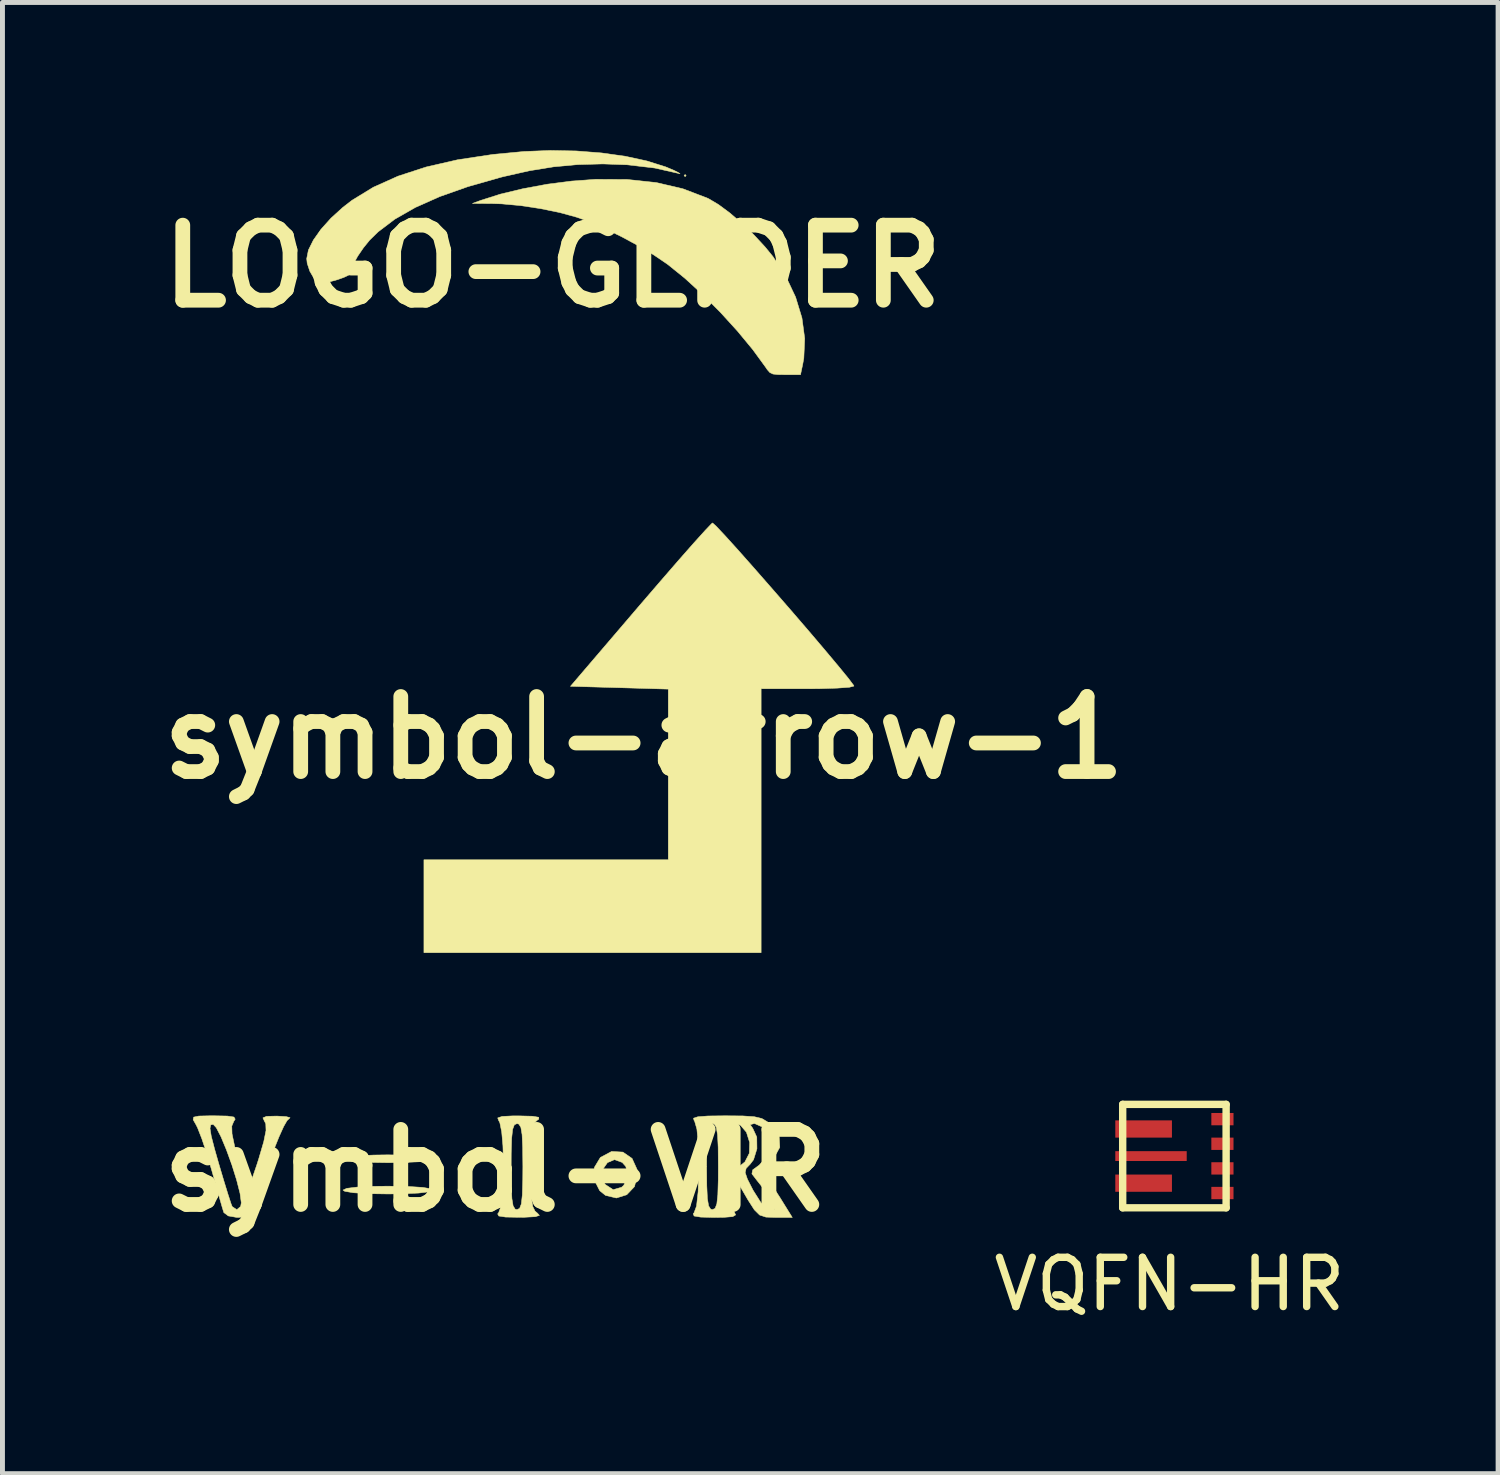
<source format=kicad_pcb>
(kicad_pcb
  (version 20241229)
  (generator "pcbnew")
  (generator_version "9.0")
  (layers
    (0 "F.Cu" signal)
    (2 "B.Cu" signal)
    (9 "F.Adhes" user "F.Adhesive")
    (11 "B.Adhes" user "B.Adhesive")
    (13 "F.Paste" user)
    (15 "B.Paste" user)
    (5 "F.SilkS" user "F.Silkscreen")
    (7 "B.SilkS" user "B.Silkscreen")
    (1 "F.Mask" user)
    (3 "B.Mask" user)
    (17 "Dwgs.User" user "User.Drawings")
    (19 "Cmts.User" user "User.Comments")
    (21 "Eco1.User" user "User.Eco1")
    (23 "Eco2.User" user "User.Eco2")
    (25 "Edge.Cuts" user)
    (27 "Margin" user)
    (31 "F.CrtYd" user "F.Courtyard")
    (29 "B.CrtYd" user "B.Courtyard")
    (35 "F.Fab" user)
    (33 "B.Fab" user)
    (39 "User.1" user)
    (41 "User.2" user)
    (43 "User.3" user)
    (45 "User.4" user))
  (footprint "VQFN-HR"
    (layer "F.Cu")
    (at 20.794 20.422)
    (property "Reference" "VQFN-HR" (at -0.1 2.6 0) (layer "F.SilkS") (effects (font (size 1 1) (thickness 0.15))))
    (attr through_hole)
    (fp_line (start -1.05 -1.05) (end 1.05 -1.05) (stroke (width 0.15) (type solid)) (layer "F.SilkS"))
    (fp_line (start -1.05 1.05) (end -1.05 -1.05) (stroke (width 0.15) (type solid)) (layer "F.SilkS"))
    (fp_line (start 1.05 -1.05) (end 1.05 1.05) (stroke (width 0.15) (type solid)) (layer "F.SilkS"))
    (fp_line (start 1.05 1.05) (end -1.05 1.05) (stroke (width 0.15) (type solid)) (layer "F.SilkS"))
    (pad "1" smd rect (at -0.625 -0.55) (size 1.15 0.35) (layers "F.Cu" "F.Paste"))
    (pad "2" smd rect (at -0.475 0) (size 1.45 0.2) (layers "F.Cu" "F.Paste"))
    (pad "3" smd rect (at -0.625 0.55) (size 1.15 0.35) (layers "F.Cu" "F.Paste"))
    (pad "4" smd rect (at 0.975 0.75) (size 0.45 0.25) (layers "F.Cu" "F.Paste"))
    (pad "5" smd rect (at 0.975 0.25) (size 0.45 0.25) (layers "F.Cu" "F.Paste"))
    (pad "6" smd rect (at 0.975 -0.25) (size 0.45 0.25) (layers "F.Cu" "F.Paste"))
    (pad "7" smd rect (at 0.975 -0.75) (size 0.45 0.25) (layers "F.Cu" "F.Paste")))
  (footprint "symbol-VIR"
    (layer "F.Cu")
    (at 7.01 20.715)
    (property "Reference" "symbol-VIR" (at 0 0 0) (layer "F.SilkS") (effects (font (size 1.524 1.524) (thickness 0.3))))
    (attr through_hole)
    (fp_poly (pts (xy -1.777 -0.311) (xy -1.478 -0.292) (xy -1.305 -0.263) (xy -1.27 -0.238) (xy -1.346 -0.203) (xy -1.562 -0.177) (xy -1.897 -0.162) (xy -2.183 -0.159) (xy -2.589 -0.165) (xy -2.888 -0.184) (xy -3.06 -0.213) (xy -3.096 -0.238) (xy -3.02 -0.273) (xy -2.804 -0.299) (xy -2.468 -0.314) (xy -2.183 -0.318) (xy -1.777 -0.311)) (stroke (width 0.01) (type solid)) (fill yes) (layer "F.SilkS"))
    (fp_poly (pts (xy -1.777 0.324) (xy -1.478 0.343) (xy -1.305 0.372) (xy -1.27 0.397) (xy -1.346 0.432) (xy -1.562 0.458) (xy -1.897 0.473) (xy -2.183 0.476) (xy -2.589 0.47) (xy -2.888 0.451) (xy -3.06 0.422) (xy -3.096 0.397) (xy -3.02 0.362) (xy -2.804 0.336) (xy -2.468 0.321) (xy -2.183 0.318) (xy -1.777 0.324)) (stroke (width 0.01) (type solid)) (fill yes) (layer "F.SilkS"))
    (fp_poly (pts (xy 2.587 -0.374) (xy 2.773 -0.245) (xy 2.875 -0.02) (xy 2.884 0.079) (xy 2.822 0.327) (xy 2.665 0.492) (xy 2.455 0.558) (xy 2.235 0.506) (xy 2.116 0.41) (xy 2.002 0.185) (xy 2.003 0.148) (xy 2.162 0.148) (xy 2.226 0.282) (xy 2.389 0.389) (xy 2.56 0.34) (xy 2.603 0.302) (xy 2.693 0.116) (xy 2.646 -0.081) (xy 2.573 -0.164) (xy 2.415 -0.221) (xy 2.273 -0.16) (xy 2.178 -0.024) (xy 2.162 0.148) (xy 2.003 0.148) (xy 2.008 -0.064) (xy 2.13 -0.266) (xy 2.358 -0.387) (xy 2.587 -0.374)) (stroke (width 0.01) (type solid)) (fill yes) (layer "F.SilkS"))
    (fp_poly (pts (xy 0.751 -1.102) (xy 0.878 -1.081) (xy 0.879 -1.043) (xy 0.853 -1.026) (xy 0.791 -0.968) (xy 0.75 -0.864) (xy 0.727 -0.683) (xy 0.716 -0.395) (xy 0.714 -0.079) (xy 0.718 0.311) (xy 0.731 0.572) (xy 0.758 0.734) (xy 0.803 0.825) (xy 0.853 0.867) (xy 0.892 0.911) (xy 0.81 0.937) (xy 0.59 0.949) (xy 0.48 0.95) (xy 0.205 0.945) (xy 0.067 0.924) (xy 0.044 0.881) (xy 0.064 0.857) (xy 0.109 0.733) (xy 0.14 0.493) (xy 0.158 0.179) (xy 0.16 -0.079) (xy 0.318 -0.079) (xy 0.321 0.311) (xy 0.333 0.569) (xy 0.358 0.718) (xy 0.399 0.784) (xy 0.437 0.794) (xy 0.49 0.769) (xy 0.525 0.677) (xy 0.545 0.494) (xy 0.554 0.193) (xy 0.556 -0.079) (xy 0.552 -0.47) (xy 0.54 -0.728) (xy 0.515 -0.877) (xy 0.474 -0.942) (xy 0.437 -0.953) (xy 0.383 -0.928) (xy 0.348 -0.836) (xy 0.328 -0.653) (xy 0.319 -0.352) (xy 0.318 -0.079) (xy 0.16 -0.079) (xy 0.161 -0.167) (xy 0.151 -0.502) (xy 0.126 -0.784) (xy 0.088 -0.971) (xy 0.064 -1.016) (xy 0.045 -1.068) (xy 0.134 -1.098) (xy 0.351 -1.109) (xy 0.48 -1.109) (xy 0.751 -1.102)) (stroke (width 0.01) (type solid)) (fill yes) (layer "F.SilkS"))
    (fp_poly (pts (xy -5.443 -1.106) (xy -5.311 -1.086) (xy -5.285 -1.043) (xy -5.314 -0.997) (xy -5.354 -0.902) (xy -5.349 -0.744) (xy -5.296 -0.49) (xy -5.236 -0.263) (xy -5.153 0.028) (xy -5.084 0.253) (xy -5.043 0.374) (xy -5.037 0.384) (xy -5.004 0.327) (xy -4.937 0.151) (xy -4.847 -0.112) (xy -4.806 -0.24) (xy -4.705 -0.585) (xy -4.659 -0.812) (xy -4.664 -0.949) (xy -4.691 -1.002) (xy -4.722 -1.069) (xy -4.648 -1.1) (xy -4.443 -1.105) (xy -4.435 -1.105) (xy -4.249 -1.094) (xy -4.171 -1.073) (xy -4.183 -1.06) (xy -4.233 -1.012) (xy -4.301 -0.893) (xy -4.394 -0.687) (xy -4.519 -0.377) (xy -4.682 0.051) (xy -4.876 0.575) (xy -4.97 0.802) (xy -5.06 0.914) (xy -5.185 0.951) (xy -5.248 0.953) (xy -5.425 0.922) (xy -5.516 0.853) (xy -5.551 0.738) (xy -5.617 0.508) (xy -5.703 0.202) (xy -5.76 0) (xy -5.862 -0.345) (xy -5.963 -0.648) (xy -6.044 -0.855) (xy -5.796 -0.855) (xy -5.771 -0.697) (xy -5.702 -0.431) (xy -5.62 -0.143) (xy -5.519 0.197) (xy -5.432 0.48) (xy -5.37 0.671) (xy -5.345 0.734) (xy -5.252 0.795) (xy -5.174 0.73) (xy -5.161 0.655) (xy -5.187 0.462) (xy -5.256 0.192) (xy -5.352 -0.115) (xy -5.463 -0.42) (xy -5.573 -0.685) (xy -5.669 -0.87) (xy -5.731 -0.937) (xy -5.782 -0.927) (xy -5.796 -0.855) (xy -6.044 -0.855) (xy -6.048 -0.866) (xy -6.082 -0.933) (xy -6.138 -1.031) (xy -6.128 -1.084) (xy -6.023 -1.106) (xy -5.797 -1.111) (xy -5.707 -1.111) (xy -5.443 -1.106)) (stroke (width 0.01) (type solid)) (fill yes) (layer "F.SilkS"))
    (fp_poly (pts (xy 5.023 -1.108) (xy 5.256 -1.092) (xy 5.409 -1.055) (xy 5.52 -0.989) (xy 5.6 -0.916) (xy 5.759 -0.694) (xy 5.772 -0.472) (xy 5.637 -0.225) (xy 5.594 -0.171) (xy 5.483 -0.012) (xy 5.451 0.094) (xy 5.46 0.109) (xy 5.536 0.194) (xy 5.662 0.373) (xy 5.777 0.551) (xy 6.026 0.953) (xy 5.68 0.953) (xy 5.491 0.946) (xy 5.363 0.904) (xy 5.255 0.797) (xy 5.124 0.593) (xy 5.068 0.496) (xy 4.803 0.042) (xy 5.069 0.042) (xy 5.115 0.176) (xy 5.229 0.399) (xy 5.387 0.649) (xy 5.528 0.78) (xy 5.578 0.793) (xy 5.668 0.783) (xy 5.668 0.722) (xy 5.583 0.575) (xy 5.434 0.359) (xy 5.3 0.19) (xy 5.206 0.067) (xy 5.222 -0.013) (xy 5.355 -0.11) (xy 5.502 -0.277) (xy 5.561 -0.491) (xy 5.537 -0.707) (xy 5.436 -0.876) (xy 5.265 -0.952) (xy 5.247 -0.953) (xy 5.172 -0.93) (xy 5.223 -0.857) (xy 5.305 -0.679) (xy 5.308 -0.441) (xy 5.239 -0.219) (xy 5.17 -0.128) (xy 5.089 -0.044) (xy 5.069 0.042) (xy 4.803 0.042) (xy 4.802 0.04) (xy 4.777 0.383) (xy 4.783 0.622) (xy 4.826 0.804) (xy 4.847 0.839) (xy 4.876 0.901) (xy 4.817 0.936) (xy 4.644 0.95) (xy 4.439 0.953) (xy 4.167 0.946) (xy 4.033 0.924) (xy 4.014 0.88) (xy 4.032 0.857) (xy 4.082 0.721) (xy 4.114 0.434) (xy 4.127 0.006) (xy 4.128 -0.079) (xy 4.286 -0.079) (xy 4.29 0.311) (xy 4.302 0.569) (xy 4.327 0.718) (xy 4.368 0.784) (xy 4.405 0.794) (xy 4.459 0.769) (xy 4.494 0.677) (xy 4.514 0.494) (xy 4.523 0.193) (xy 4.524 -0.079) (xy 4.521 -0.47) (xy 4.519 -0.516) (xy 4.763 -0.516) (xy 4.784 -0.226) (xy 4.85 -0.086) (xy 4.963 -0.093) (xy 5.064 -0.175) (xy 5.154 -0.351) (xy 5.16 -0.57) (xy 5.095 -0.777) (xy 4.973 -0.92) (xy 4.866 -0.953) (xy 4.8 -0.891) (xy 4.767 -0.697) (xy 4.763 -0.516) (xy 4.519 -0.516) (xy 4.508 -0.728) (xy 4.483 -0.877) (xy 4.443 -0.942) (xy 4.405 -0.953) (xy 4.352 -0.928) (xy 4.317 -0.836) (xy 4.297 -0.653) (xy 4.288 -0.352) (xy 4.286 -0.079) (xy 4.128 -0.079) (xy 4.118 -0.531) (xy 4.089 -0.842) (xy 4.042 -1.004) (xy 4.032 -1.016) (xy 4.02 -1.062) (xy 4.108 -1.091) (xy 4.314 -1.107) (xy 4.659 -1.111) (xy 4.671 -1.111) (xy 5.023 -1.108)) (stroke (width 0.01) (type solid)) (fill yes) (layer "F.SilkS")))
  (footprint "symbol-arrow-1"
    (layer "F.Cu")
    (at 10.022 11.926)
    (property "Reference" "symbol-arrow-1" (at 0 0 0) (layer "F.SilkS") (effects (font (size 1.524 1.524) (thickness 0.3))))
    (attr through_hole)
    (fp_poly (pts (xy 1.472 -4.289) (xy 1.654 -4.095) (xy 1.919 -3.802) (xy 2.243 -3.436) (xy 2.604 -3.024) (xy 2.979 -2.593) (xy 3.345 -2.168) (xy 3.678 -1.776) (xy 3.957 -1.443) (xy 4.158 -1.197) (xy 4.259 -1.062) (xy 4.266 -1.047) (xy 4.174 -1.023) (xy 3.927 -1.005) (xy 3.567 -0.994) (xy 3.324 -0.992) (xy 2.381 -0.992) (xy 2.381 4.366) (xy -4.465 4.366) (xy -4.465 2.48) (xy 0.496 2.48) (xy 0.496 -0.985) (xy -0.497 -1.014) (xy -1.49 -1.042) (xy -0.075 -2.697) (xy 0.34 -3.179) (xy 0.711 -3.607) (xy 1.021 -3.959) (xy 1.249 -4.211) (xy 1.376 -4.344) (xy 1.395 -4.359) (xy 1.472 -4.289)) (stroke (width 0.01) (type solid)) (fill yes) (layer "F.SilkS")))
  (footprint "LOGO-GLIDER"
    (layer "F.Cu")
    (at 8.172 2.356)
    (property "Reference" "LOGO-GLIDER" (at 0 0 0) (layer "F.SilkS") (effects (font (size 1.524 1.524) (thickness 0.3))))
    (attr through_hole)
    (fp_poly (pts (xy 2.709 -1.841) (xy 2.688 -1.82) (xy 2.667 -1.841) (xy 2.688 -1.863) (xy 2.709 -1.841)) (stroke (width 0.01) (type solid)) (fill yes) (layer "F.SilkS"))
    (fp_poly (pts (xy 1.514 -1.762) (xy 2.105 -1.699) (xy 2.644 -1.573) (xy 3.134 -1.386) (xy 3.165 -1.372) (xy 3.364 -1.254) (xy 3.595 -1.083) (xy 3.841 -0.872) (xy 4.084 -0.638) (xy 4.309 -0.395) (xy 4.472 -0.196) (xy 4.734 0.208) (xy 4.931 0.626) (xy 5.06 1.049) (xy 5.116 1.466) (xy 5.098 1.866) (xy 5.076 1.988) (xy 5.031 2.201) (xy 4.727 2.201) (xy 4.569 2.199) (xy 4.471 2.188) (xy 4.408 2.158) (xy 4.356 2.099) (xy 4.318 2.043) (xy 4.061 1.691) (xy 3.75 1.315) (xy 3.404 0.935) (xy 3.041 0.571) (xy 2.68 0.241) (xy 2.339 -0.034) (xy 2.328 -0.042) (xy 2.059 -0.225) (xy 1.737 -0.417) (xy 1.388 -0.605) (xy 1.036 -0.776) (xy 0.707 -0.917) (xy 0.487 -0.996) (xy 0.141 -1.091) (xy -0.251 -1.171) (xy -0.654 -1.232) (xy -1.035 -1.267) (xy -1.221 -1.273) (xy -1.63 -1.276) (xy -1.46 -1.338) (xy -1.061 -1.465) (xy -0.603 -1.575) (xy -0.111 -1.666) (xy 0.388 -1.73) (xy 0.868 -1.765) (xy 1.514 -1.762)) (stroke (width 0.01) (type solid)) (fill yes) (layer "F.SilkS"))
    (fp_poly (pts (xy 0.477 -2.341) (xy 0.991 -2.301) (xy 1.474 -2.233) (xy 1.912 -2.138) (xy 2.29 -2.019) (xy 2.455 -1.95) (xy 2.548 -1.904) (xy 2.584 -1.881) (xy 2.569 -1.882) (xy 2.068 -1.995) (xy 1.516 -2.06) (xy 1.019 -2.078) (xy 0.504 -2.064) (xy 0.016 -2.019) (xy -0.475 -1.939) (xy -1.002 -1.82) (xy -1.064 -1.804) (xy -1.721 -1.617) (xy -2.296 -1.414) (xy -2.79 -1.194) (xy -3.206 -0.956) (xy -3.545 -0.699) (xy -3.716 -0.532) (xy -3.844 -0.374) (xy -3.96 -0.204) (xy -4.049 -0.041) (xy -4.099 0.091) (xy -4.106 0.139) (xy -4.144 0.18) (xy -4.241 0.226) (xy -4.373 0.273) (xy -4.516 0.312) (xy -4.645 0.336) (xy -4.737 0.338) (xy -4.756 0.331) (xy -4.85 0.241) (xy -4.932 0.1) (xy -4.985 -0.06) (xy -4.995 -0.155) (xy -4.96 -0.33) (xy -4.859 -0.533) (xy -4.703 -0.753) (xy -4.501 -0.978) (xy -4.261 -1.196) (xy -4.076 -1.339) (xy -3.643 -1.604) (xy -3.142 -1.829) (xy -2.572 -2.015) (xy -1.932 -2.162) (xy -1.219 -2.27) (xy -0.585 -2.33) (xy -0.053 -2.351) (xy 0.477 -2.341)) (stroke (width 0.01) (type solid)) (fill yes) (layer "F.SilkS")))
  (gr_rect
    (start -3 -3)
    (end 27.366 26.87)
    (stroke (width 0.1) (type default))
    (fill no)
    (layer "Edge.Cuts")))
</source>
